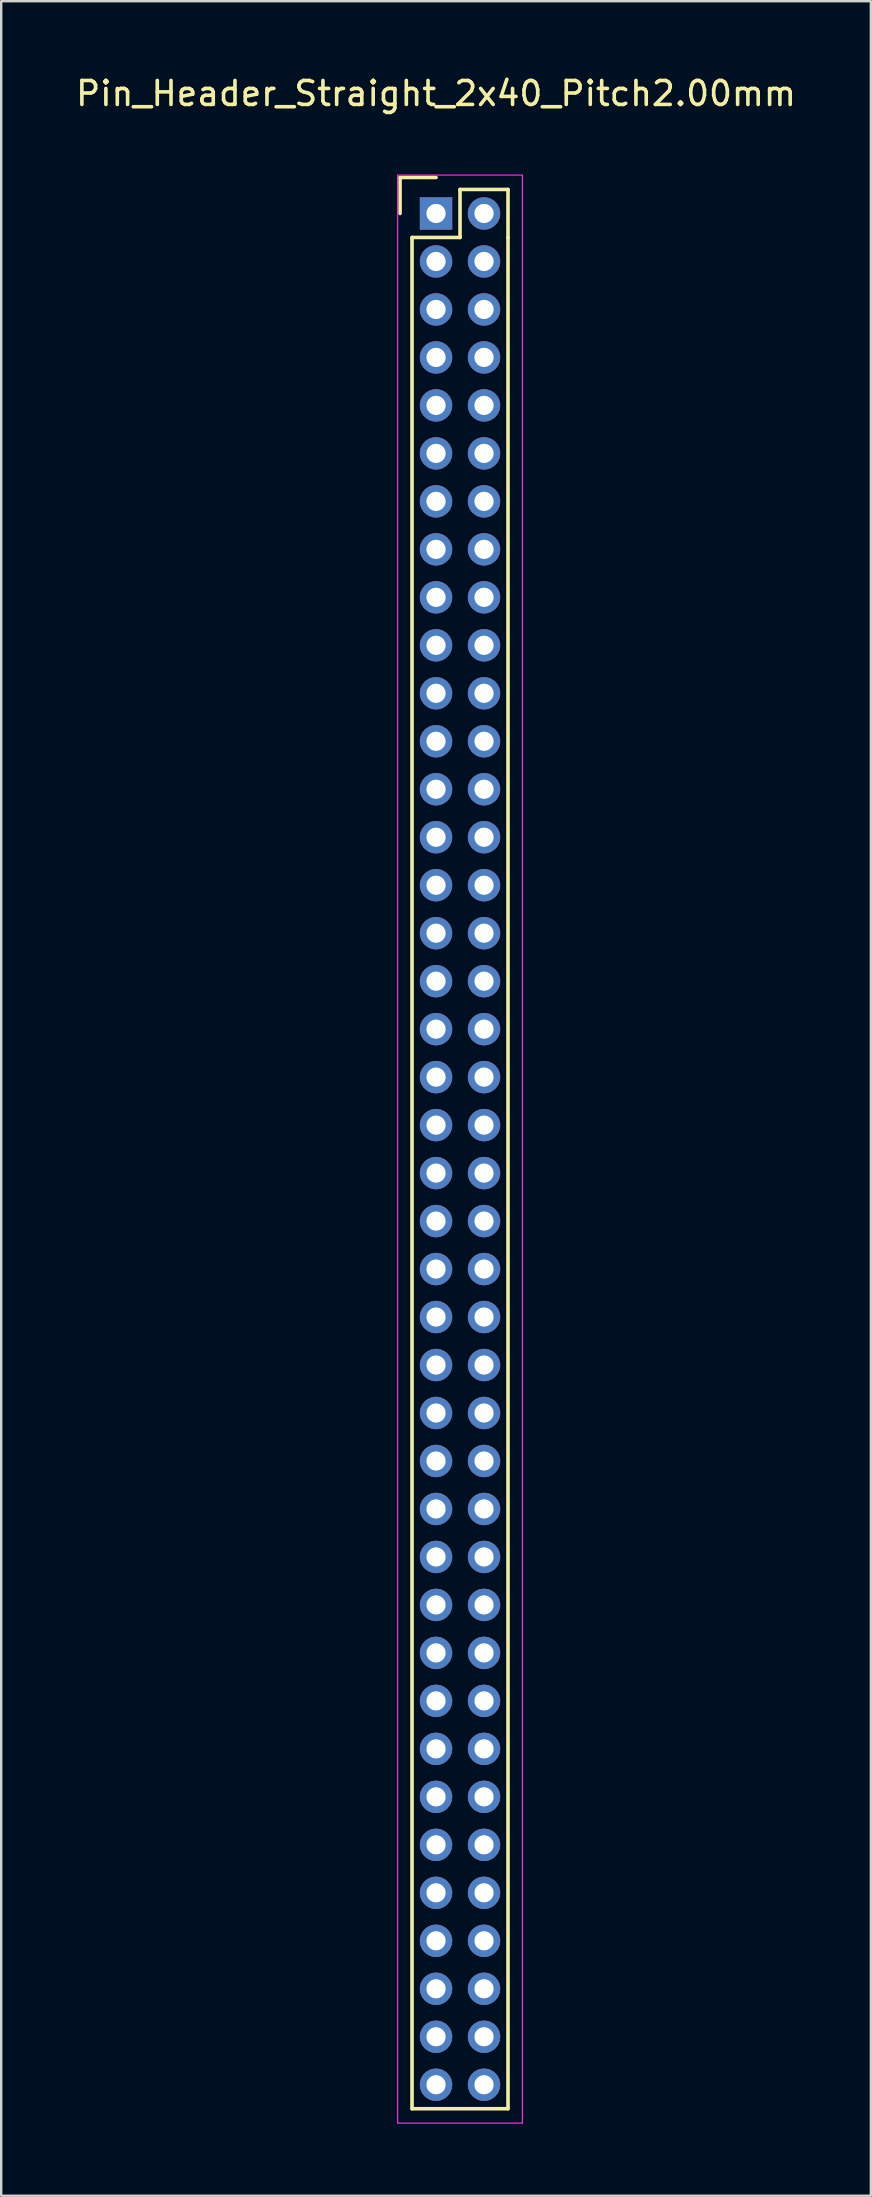
<source format=kicad_pcb>
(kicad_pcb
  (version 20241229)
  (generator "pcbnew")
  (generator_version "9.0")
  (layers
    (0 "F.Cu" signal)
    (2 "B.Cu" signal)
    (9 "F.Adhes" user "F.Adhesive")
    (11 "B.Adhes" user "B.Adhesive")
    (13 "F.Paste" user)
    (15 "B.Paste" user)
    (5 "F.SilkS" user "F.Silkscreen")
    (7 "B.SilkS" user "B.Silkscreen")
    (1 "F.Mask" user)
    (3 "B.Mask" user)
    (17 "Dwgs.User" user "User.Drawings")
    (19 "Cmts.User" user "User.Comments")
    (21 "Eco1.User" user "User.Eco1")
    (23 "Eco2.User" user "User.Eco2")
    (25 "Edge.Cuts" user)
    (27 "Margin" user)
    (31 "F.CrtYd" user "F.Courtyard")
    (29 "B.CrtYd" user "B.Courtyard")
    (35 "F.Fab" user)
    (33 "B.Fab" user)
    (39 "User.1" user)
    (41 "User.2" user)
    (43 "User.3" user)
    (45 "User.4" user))
  (footprint "Pin_Header_Straight_2x40_Pitch2.00mm"
    (layer "F.Cu")
    (at 15.125 5.848)
    (property "Reference" "Pin_Header_Straight_2x40_Pitch2.00mm" (at 0 -5 0) (layer "F.SilkS") (effects (font (size 1 1) (thickness 0.15))))
    (attr through_hole)
    (fp_line (start -1.5 -1.5) (end 0 -1.5) (stroke (width 0.15) (type solid)) (layer "F.SilkS"))
    (fp_line (start -1.5 0) (end -1.5 -1.5) (stroke (width 0.15) (type solid)) (layer "F.SilkS"))
    (fp_line (start -1 1) (end 1 1) (stroke (width 0.15) (type solid)) (layer "F.SilkS"))
    (fp_line (start -1 79) (end -1 1) (stroke (width 0.15) (type solid)) (layer "F.SilkS"))
    (fp_line (start 1 -1) (end 3 -1) (stroke (width 0.15) (type solid)) (layer "F.SilkS"))
    (fp_line (start 1 1) (end 1 -1) (stroke (width 0.15) (type solid)) (layer "F.SilkS"))
    (fp_line (start 3 -1) (end 3 1) (stroke (width 0.15) (type solid)) (layer "F.SilkS"))
    (fp_line (start 3 1) (end 3 79) (stroke (width 0.15) (type solid)) (layer "F.SilkS"))
    (fp_line (start 3 79) (end -1 79) (stroke (width 0.15) (type solid)) (layer "F.SilkS"))
    (fp_line (start -1.6 -1.6) (end 3.6 -1.6) (stroke (width 0.05) (type solid)) (layer "F.CrtYd"))
    (fp_line (start -1.6 79.6) (end -1.6 -1.6) (stroke (width 0.05) (type solid)) (layer "F.CrtYd"))
    (fp_line (start 3.6 -1.6) (end 3.6 79.6) (stroke (width 0.05) (type solid)) (layer "F.CrtYd"))
    (fp_line (start 3.6 79.6) (end -1.6 79.6) (stroke (width 0.05) (type solid)) (layer "F.CrtYd"))
    (pad "1" thru_hole rect (at 0 0) (size 1.35 1.35) (drill 0.8) (layers "*.Cu" "*.Mask"))
    (pad "2" thru_hole circle (at 2 0) (size 1.35 1.35) (drill 0.8) (layers "*.Cu" "*.Mask"))
    (pad "3" thru_hole circle (at 0 2) (size 1.35 1.35) (drill 0.8) (layers "*.Cu" "*.Mask"))
    (pad "4" thru_hole circle (at 2 2) (size 1.35 1.35) (drill 0.8) (layers "*.Cu" "*.Mask"))
    (pad "5" thru_hole circle (at 0 4) (size 1.35 1.35) (drill 0.8) (layers "*.Cu" "*.Mask"))
    (pad "6" thru_hole circle (at 2 4) (size 1.35 1.35) (drill 0.8) (layers "*.Cu" "*.Mask"))
    (pad "7" thru_hole circle (at 0 6) (size 1.35 1.35) (drill 0.8) (layers "*.Cu" "*.Mask"))
    (pad "8" thru_hole circle (at 2 6) (size 1.35 1.35) (drill 0.8) (layers "*.Cu" "*.Mask"))
    (pad "9" thru_hole circle (at 0 8) (size 1.35 1.35) (drill 0.8) (layers "*.Cu" "*.Mask"))
    (pad "10" thru_hole circle (at 2 8) (size 1.35 1.35) (drill 0.8) (layers "*.Cu" "*.Mask"))
    (pad "11" thru_hole circle (at 0 10) (size 1.35 1.35) (drill 0.8) (layers "*.Cu" "*.Mask"))
    (pad "12" thru_hole circle (at 2 10) (size 1.35 1.35) (drill 0.8) (layers "*.Cu" "*.Mask"))
    (pad "13" thru_hole circle (at 0 12) (size 1.35 1.35) (drill 0.8) (layers "*.Cu" "*.Mask"))
    (pad "14" thru_hole circle (at 2 12) (size 1.35 1.35) (drill 0.8) (layers "*.Cu" "*.Mask"))
    (pad "15" thru_hole circle (at 0 14) (size 1.35 1.35) (drill 0.8) (layers "*.Cu" "*.Mask"))
    (pad "16" thru_hole circle (at 2 14) (size 1.35 1.35) (drill 0.8) (layers "*.Cu" "*.Mask"))
    (pad "17" thru_hole circle (at 0 16) (size 1.35 1.35) (drill 0.8) (layers "*.Cu" "*.Mask"))
    (pad "18" thru_hole circle (at 2 16) (size 1.35 1.35) (drill 0.8) (layers "*.Cu" "*.Mask"))
    (pad "19" thru_hole circle (at 0 18) (size 1.35 1.35) (drill 0.8) (layers "*.Cu" "*.Mask"))
    (pad "20" thru_hole circle (at 2 18) (size 1.35 1.35) (drill 0.8) (layers "*.Cu" "*.Mask"))
    (pad "21" thru_hole circle (at 0 20) (size 1.35 1.35) (drill 0.8) (layers "*.Cu" "*.Mask"))
    (pad "22" thru_hole circle (at 2 20) (size 1.35 1.35) (drill 0.8) (layers "*.Cu" "*.Mask"))
    (pad "23" thru_hole circle (at 0 22) (size 1.35 1.35) (drill 0.8) (layers "*.Cu" "*.Mask"))
    (pad "24" thru_hole circle (at 2 22) (size 1.35 1.35) (drill 0.8) (layers "*.Cu" "*.Mask"))
    (pad "25" thru_hole circle (at 0 24) (size 1.35 1.35) (drill 0.8) (layers "*.Cu" "*.Mask"))
    (pad "26" thru_hole circle (at 2 24) (size 1.35 1.35) (drill 0.8) (layers "*.Cu" "*.Mask"))
    (pad "27" thru_hole circle (at 0 26) (size 1.35 1.35) (drill 0.8) (layers "*.Cu" "*.Mask"))
    (pad "28" thru_hole circle (at 2 26) (size 1.35 1.35) (drill 0.8) (layers "*.Cu" "*.Mask"))
    (pad "29" thru_hole circle (at 0 28) (size 1.35 1.35) (drill 0.8) (layers "*.Cu" "*.Mask"))
    (pad "30" thru_hole circle (at 2 28) (size 1.35 1.35) (drill 0.8) (layers "*.Cu" "*.Mask"))
    (pad "31" thru_hole circle (at 0 30) (size 1.35 1.35) (drill 0.8) (layers "*.Cu" "*.Mask"))
    (pad "32" thru_hole circle (at 2 30) (size 1.35 1.35) (drill 0.8) (layers "*.Cu" "*.Mask"))
    (pad "33" thru_hole circle (at 0 32) (size 1.35 1.35) (drill 0.8) (layers "*.Cu" "*.Mask"))
    (pad "34" thru_hole circle (at 2 32) (size 1.35 1.35) (drill 0.8) (layers "*.Cu" "*.Mask"))
    (pad "35" thru_hole circle (at 0 34) (size 1.35 1.35) (drill 0.8) (layers "*.Cu" "*.Mask"))
    (pad "36" thru_hole circle (at 2 34) (size 1.35 1.35) (drill 0.8) (layers "*.Cu" "*.Mask"))
    (pad "37" thru_hole circle (at 0 36) (size 1.35 1.35) (drill 0.8) (layers "*.Cu" "*.Mask"))
    (pad "38" thru_hole circle (at 2 36) (size 1.35 1.35) (drill 0.8) (layers "*.Cu" "*.Mask"))
    (pad "39" thru_hole circle (at 0 38) (size 1.35 1.35) (drill 0.8) (layers "*.Cu" "*.Mask"))
    (pad "40" thru_hole circle (at 2 38) (size 1.35 1.35) (drill 0.8) (layers "*.Cu" "*.Mask"))
    (pad "41" thru_hole circle (at 0 40) (size 1.35 1.35) (drill 0.8) (layers "*.Cu" "*.Mask"))
    (pad "42" thru_hole circle (at 2 40) (size 1.35 1.35) (drill 0.8) (layers "*.Cu" "*.Mask"))
    (pad "43" thru_hole circle (at 0 42) (size 1.35 1.35) (drill 0.8) (layers "*.Cu" "*.Mask"))
    (pad "44" thru_hole circle (at 2 42) (size 1.35 1.35) (drill 0.8) (layers "*.Cu" "*.Mask"))
    (pad "45" thru_hole circle (at 0 44) (size 1.35 1.35) (drill 0.8) (layers "*.Cu" "*.Mask"))
    (pad "46" thru_hole circle (at 2 44) (size 1.35 1.35) (drill 0.8) (layers "*.Cu" "*.Mask"))
    (pad "47" thru_hole circle (at 0 46) (size 1.35 1.35) (drill 0.8) (layers "*.Cu" "*.Mask"))
    (pad "48" thru_hole circle (at 2 46) (size 1.35 1.35) (drill 0.8) (layers "*.Cu" "*.Mask"))
    (pad "49" thru_hole circle (at 0 48) (size 1.35 1.35) (drill 0.8) (layers "*.Cu" "*.Mask"))
    (pad "50" thru_hole circle (at 2 48) (size 1.35 1.35) (drill 0.8) (layers "*.Cu" "*.Mask"))
    (pad "51" thru_hole circle (at 0 50) (size 1.35 1.35) (drill 0.8) (layers "*.Cu" "*.Mask"))
    (pad "52" thru_hole circle (at 2 50) (size 1.35 1.35) (drill 0.8) (layers "*.Cu" "*.Mask"))
    (pad "53" thru_hole circle (at 0 52) (size 1.35 1.35) (drill 0.8) (layers "*.Cu" "*.Mask"))
    (pad "54" thru_hole circle (at 2 52) (size 1.35 1.35) (drill 0.8) (layers "*.Cu" "*.Mask"))
    (pad "55" thru_hole circle (at 0 54) (size 1.35 1.35) (drill 0.8) (layers "*.Cu" "*.Mask"))
    (pad "56" thru_hole circle (at 2 54) (size 1.35 1.35) (drill 0.8) (layers "*.Cu" "*.Mask"))
    (pad "57" thru_hole circle (at 0 56) (size 1.35 1.35) (drill 0.8) (layers "*.Cu" "*.Mask"))
    (pad "58" thru_hole circle (at 2 56) (size 1.35 1.35) (drill 0.8) (layers "*.Cu" "*.Mask"))
    (pad "59" thru_hole circle (at 0 58) (size 1.35 1.35) (drill 0.8) (layers "*.Cu" "*.Mask"))
    (pad "60" thru_hole circle (at 2 58) (size 1.35 1.35) (drill 0.8) (layers "*.Cu" "*.Mask"))
    (pad "61" thru_hole circle (at 0 60) (size 1.35 1.35) (drill 0.8) (layers "*.Cu" "*.Mask"))
    (pad "62" thru_hole circle (at 2 60) (size 1.35 1.35) (drill 0.8) (layers "*.Cu" "*.Mask"))
    (pad "63" thru_hole circle (at 0 62) (size 1.35 1.35) (drill 0.8) (layers "*.Cu" "*.Mask"))
    (pad "64" thru_hole circle (at 2 62) (size 1.35 1.35) (drill 0.8) (layers "*.Cu" "*.Mask"))
    (pad "65" thru_hole circle (at 0 64) (size 1.35 1.35) (drill 0.8) (layers "*.Cu" "*.Mask"))
    (pad "66" thru_hole circle (at 2 64) (size 1.35 1.35) (drill 0.8) (layers "*.Cu" "*.Mask"))
    (pad "67" thru_hole circle (at 0 66) (size 1.35 1.35) (drill 0.8) (layers "*.Cu" "*.Mask"))
    (pad "68" thru_hole circle (at 2 66) (size 1.35 1.35) (drill 0.8) (layers "*.Cu" "*.Mask"))
    (pad "69" thru_hole circle (at 0 68) (size 1.35 1.35) (drill 0.8) (layers "*.Cu" "*.Mask"))
    (pad "70" thru_hole circle (at 2 68) (size 1.35 1.35) (drill 0.8) (layers "*.Cu" "*.Mask"))
    (pad "71" thru_hole circle (at 0 70) (size 1.35 1.35) (drill 0.8) (layers "*.Cu" "*.Mask"))
    (pad "72" thru_hole circle (at 2 70) (size 1.35 1.35) (drill 0.8) (layers "*.Cu" "*.Mask"))
    (pad "73" thru_hole circle (at 0 72) (size 1.35 1.35) (drill 0.8) (layers "*.Cu" "*.Mask"))
    (pad "74" thru_hole circle (at 2 72) (size 1.35 1.35) (drill 0.8) (layers "*.Cu" "*.Mask"))
    (pad "75" thru_hole circle (at 0 74) (size 1.35 1.35) (drill 0.8) (layers "*.Cu" "*.Mask"))
    (pad "76" thru_hole circle (at 2 74) (size 1.35 1.35) (drill 0.8) (layers "*.Cu" "*.Mask"))
    (pad "77" thru_hole circle (at 0 76) (size 1.35 1.35) (drill 0.8) (layers "*.Cu" "*.Mask"))
    (pad "78" thru_hole circle (at 2 76) (size 1.35 1.35) (drill 0.8) (layers "*.Cu" "*.Mask"))
    (pad "79" thru_hole circle (at 0 78) (size 1.35 1.35) (drill 0.8) (layers "*.Cu" "*.Mask"))
    (pad "80" thru_hole circle (at 2 78) (size 1.35 1.35) (drill 0.8) (layers "*.Cu" "*.Mask")))
  (gr_rect
    (start -3 -3)
    (end 33.25 88.473)
    (stroke (width 0.1) (type default))
    (fill no)
    (layer "Edge.Cuts")))
</source>
